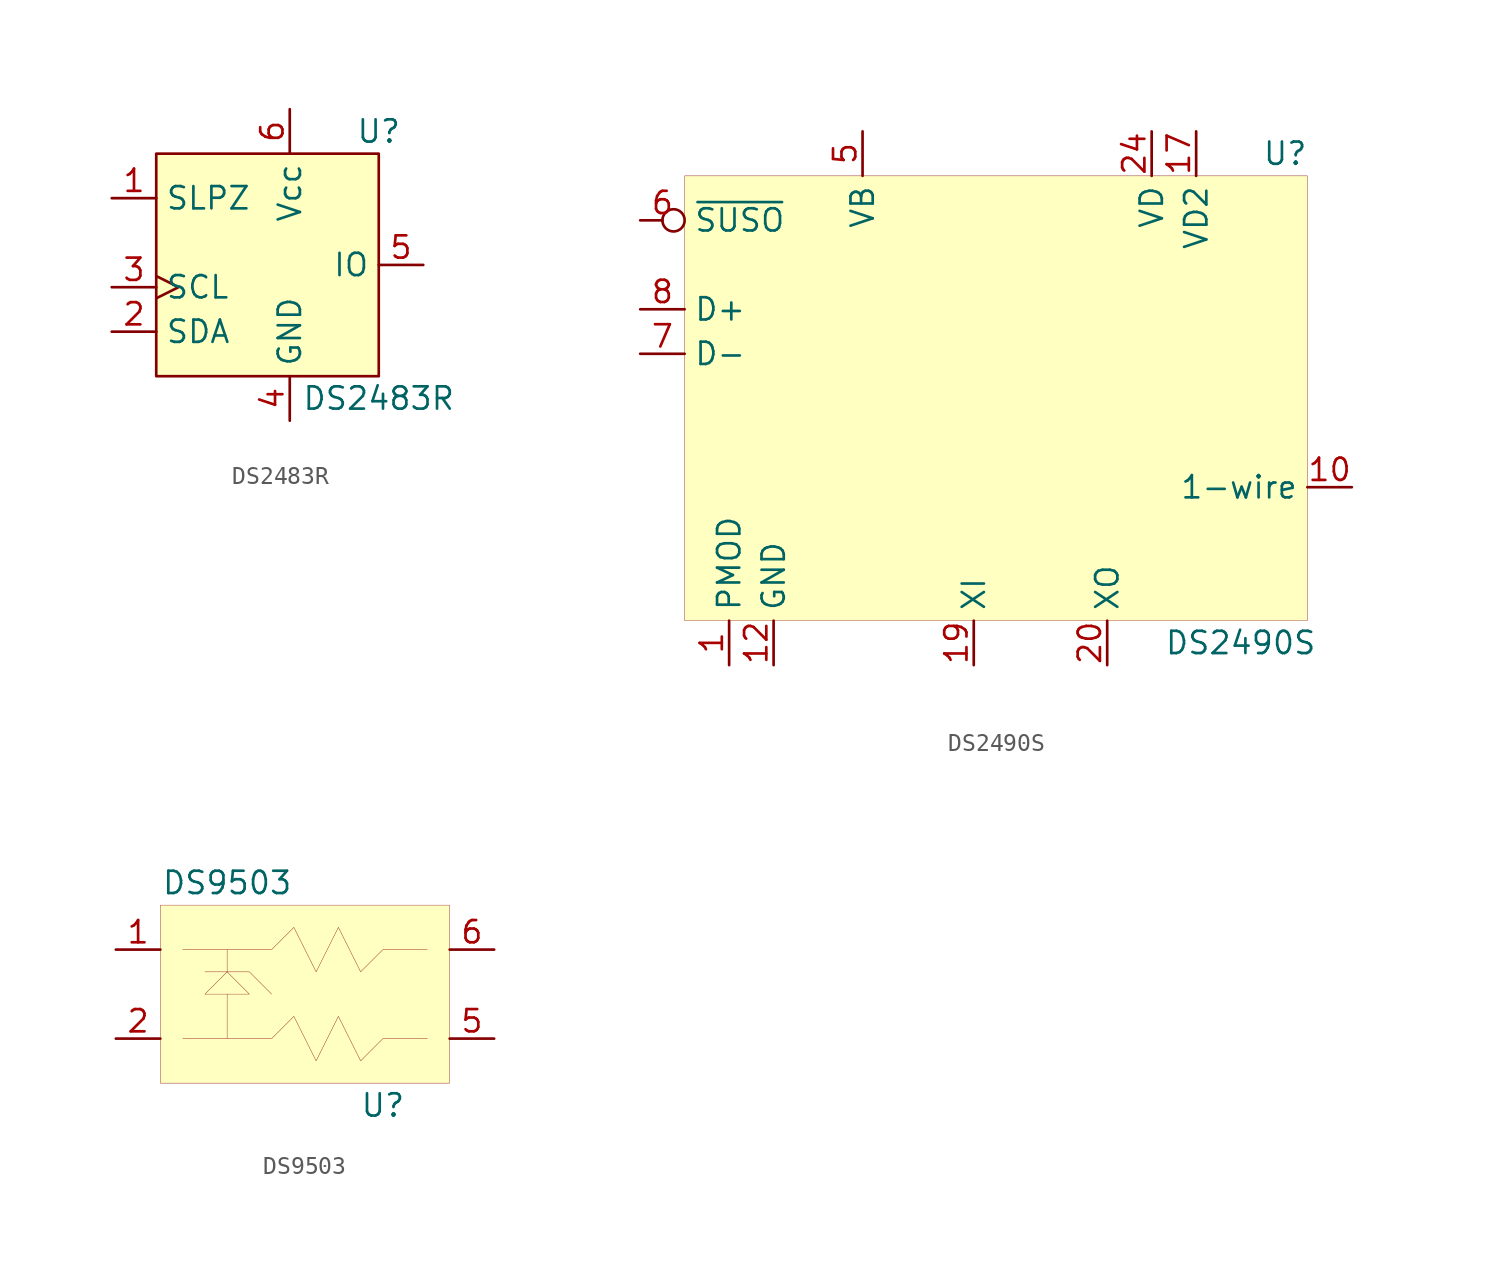
<source format=kicad_sym>
(kicad_symbol_lib
  (version 20211014)
  (generator kicad_symbol_editor)
  (symbol "DS2483R"
    (property "Reference" "U"
      (at 6.35 7.62 0)
      (effects (font (size 1.27 1.27))))
    (property "Value" "DS2483R"
      (at 6.35 -7.62 0)
      (effects (font (size 1.27 1.27))))
    (symbol "DS2483R_0_1"
      (rectangle (start -6.35 6.35) (end 6.35 -6.35) (stroke (width 0) (type default) (color 0 0 0 0)) (fill (type background))))
    (symbol "DS2483R_1_1"
      (pin input line (at -8.89 3.81 0) (length 2.54) (name "SLPZ" (effects (font (size 1.27 1.27)))) (number "1" (effects (font (size 1.27 1.27)))))
      (pin bidirectional line (at -8.89 -3.81 0) (length 2.54) (name "SDA" (effects (font (size 1.27 1.27)))) (number "2" (effects (font (size 1.27 1.27)))))
      (pin input clock (at -8.89 -1.27 0) (length 2.54) (name "SCL" (effects (font (size 1.27 1.27)))) (number "3" (effects (font (size 1.27 1.27)))))
      (pin passive line (at 1.27 -8.89 90) (length 2.54) (name "GND" (effects (font (size 1.27 1.27)))) (number "4" (effects (font (size 1.27 1.27)))))
      (pin bidirectional line (at 8.89 0 180) (length 2.54) (name "IO" (effects (font (size 1.27 1.27)))) (number "5" (effects (font (size 1.27 1.27)))))
      (pin power_in line (at 1.27 8.89 270) (length 2.54) (name "Vcc" (effects (font (size 1.27 1.27)))) (number "6" (effects (font (size 1.27 1.27)))))))
  (symbol "DS2490S"
    (property "Reference" "U"
      (at 15.24 13.97 0)
      (effects (font (size 1.27 1.27))))
    (property "Value" "DS2490S"
      (at 12.7 -13.97 0)
      (effects (font (size 1.27 1.27))))
    (symbol "DS2490S_0_1"
      (rectangle (start -19.05 12.7) (end 16.51 -12.7) (stroke (width 0.001) (type default) (color 0 0 0 0)) (fill (type background))))
    (symbol "DS2490S_1_1"
      (pin passive line (at -16.51 -15.24 90) (length 2.54) (name "PMOD" (effects (font (size 1.27 1.27)))) (number "1" (effects (font (size 1.27 1.27)))))
      (pin passive line (at 19.05 -5.08 180) (length 2.54) (name "1-wire" (effects (font (size 1.27 1.27)))) (number "10" (effects (font (size 1.27 1.27)))))
      (pin no_connect line (at 19.05 -2.54 180) (length 2.54) hide (name "NC" (effects (font (size 1.27 1.27)))) (number "11" (effects (font (size 1.27 1.27)))))
      (pin power_in line (at -13.97 -15.24 90) (length 2.54) (name "GND" (effects (font (size 1.27 1.27)))) (number "12" (effects (font (size 1.27 1.27)))))
      (pin no_connect line (at 19.05 0 180) (length 2.54) hide (name "NC" (effects (font (size 1.27 1.27)))) (number "13" (effects (font (size 1.27 1.27)))))
      (pin no_connect line (at 19.05 2.54 180) (length 2.54) hide (name "NC" (effects (font (size 1.27 1.27)))) (number "14" (effects (font (size 1.27 1.27)))))
      (pin no_connect line (at 19.05 5.08 180) (length 2.54) hide (name "NC" (effects (font (size 1.27 1.27)))) (number "15" (effects (font (size 1.27 1.27)))))
      (pin no_connect line (at 19.05 7.62 180) (length 2.54) hide (name "NC" (effects (font (size 1.27 1.27)))) (number "16" (effects (font (size 1.27 1.27)))))
      (pin power_in line (at 10.16 15.24 270) (length 2.54) (name "VD2" (effects (font (size 1.27 1.27)))) (number "17" (effects (font (size 1.27 1.27)))))
      (pin no_connect line (at 19.05 10.16 180) (length 2.54) hide (name "NC" (effects (font (size 1.27 1.27)))) (number "18" (effects (font (size 1.27 1.27)))))
      (pin input line (at -2.54 -15.24 90) (length 2.54) (name "XI" (effects (font (size 1.27 1.27)))) (number "19" (effects (font (size 1.27 1.27)))))
      (pin no_connect line (at -21.59 0 0) (length 2.54) hide (name "NC" (effects (font (size 1.27 1.27)))) (number "2" (effects (font (size 1.27 1.27)))))
      (pin output line (at 5.08 -15.24 90) (length 2.54) (name "XO" (effects (font (size 1.27 1.27)))) (number "20" (effects (font (size 1.27 1.27)))))
      (pin no_connect line (at 2.54 15.24 270) (length 2.54) hide (name "NC" (effects (font (size 1.27 1.27)))) (number "21" (effects (font (size 1.27 1.27)))))
      (pin no_connect line (at 0 15.24 270) (length 2.54) hide (name "NC" (effects (font (size 1.27 1.27)))) (number "22" (effects (font (size 1.27 1.27)))))
      (pin no_connect line (at -2.54 15.24 270) (length 2.54) hide (name "NC" (effects (font (size 1.27 1.27)))) (number "23" (effects (font (size 1.27 1.27)))))
      (pin power_in line (at 7.62 15.24 270) (length 2.54) (name "VD" (effects (font (size 1.27 1.27)))) (number "24" (effects (font (size 1.27 1.27)))))
      (pin no_connect line (at -21.59 -2.54 0) (length 2.54) hide (name "NC" (effects (font (size 1.27 1.27)))) (number "3" (effects (font (size 1.27 1.27)))))
      (pin no_connect line (at -21.59 -5.08 0) (length 2.54) hide (name "NC" (effects (font (size 1.27 1.27)))) (number "4" (effects (font (size 1.27 1.27)))))
      (pin power_in line (at -8.89 15.24 270) (length 2.54) (name "VB" (effects (font (size 1.27 1.27)))) (number "5" (effects (font (size 1.27 1.27)))))
      (pin output inverted (at -21.59 10.16 0) (length 2.54) (name "~{SUSO}" (effects (font (size 1.27 1.27)))) (number "6" (effects (font (size 1.27 1.27)))))
      (pin bidirectional line (at -21.59 2.54 0) (length 2.54) (name "D-" (effects (font (size 1.27 1.27)))) (number "7" (effects (font (size 1.27 1.27)))))
      (pin bidirectional line (at -21.59 5.08 0) (length 2.54) (name "D+" (effects (font (size 1.27 1.27)))) (number "8" (effects (font (size 1.27 1.27)))))
      (pin no_connect line (at 19.05 -7.62 180) (length 2.54) hide (name "NC" (effects (font (size 1.27 1.27)))) (number "9" (effects (font (size 1.27 1.27)))))))
  (symbol "DS9503"
    (property "Reference" "U"
      (at 3.81 -6.35 0)
      (effects (font (size 1.27 1.27))))
    (property "Value" "DS9503"
      (at -5.08 6.35 0)
      (effects (font (size 1.27 1.27))))
    (symbol "DS9503_0_1"
      (rectangle (start -8.89 5.08) (end 7.62 -5.08) (stroke (width 0.001) (type default) (color 0 0 0 0)) (fill (type background)))
      (polyline (pts (xy -5.08 0) (xy -5.08 -2.54)) (stroke (width 0.001) (type default) (color 0 0 0 0)) (fill (type none)))
      (polyline (pts (xy -6.35 1.27) (xy -3.81 1.27) (xy -2.54 0)) (stroke (width 0.001) (type default) (color 0 0 0 0)) (fill (type none)))
      (polyline (pts (xy -5.08 1.27) (xy -6.35 0) (xy -3.81 0) (xy -5.08 1.27) (xy -5.08 2.54)) (stroke (width 0.001) (type default) (color 0 0 0 0)) (fill (type none)))
      (polyline (pts (xy -7.62 -2.54) (xy -2.54 -2.54) (xy -1.27 -1.27) (xy 0 -3.81) (xy 1.27 -1.27) (xy 2.54 -3.81) (xy 3.81 -2.54) (xy 6.35 -2.54)) (stroke (width 0.001) (type default) (color 0 0 0 0)) (fill (type none)))
      (polyline (pts (xy -7.62 2.54) (xy -2.54 2.54) (xy -1.27 3.81) (xy 0 1.27) (xy 1.27 3.81) (xy 2.54 1.27) (xy 3.81 2.54) (xy 6.35 2.54)) (stroke (width 0.001) (type default) (color 0 0 0 0)) (fill (type none))))
    (symbol "DS9503_1_1"
      (pin bidirectional line (at -11.43 2.54 0) (length 2.54) (name "~" (effects (font (size 1.27 1.27)))) (number "1" (effects (font (size 1.27 1.27)))))
      (pin bidirectional line (at -11.43 -2.54 0) (length 2.54) (name "~" (effects (font (size 1.27 1.27)))) (number "2" (effects (font (size 1.27 1.27)))))
      (pin no_connect line (at -11.43 0 0) (length 2.54) hide (name "~" (effects (font (size 1.27 1.27)))) (number "3" (effects (font (size 1.27 1.27)))))
      (pin no_connect line (at 10.16 0 180) (length 2.54) hide (name "~" (effects (font (size 1.27 1.27)))) (number "4" (effects (font (size 1.27 1.27)))))
      (pin bidirectional line (at 10.16 -2.54 180) (length 2.54) (name "~" (effects (font (size 1.27 1.27)))) (number "5" (effects (font (size 1.27 1.27)))))
      (pin bidirectional line (at 10.16 2.54 180) (length 2.54) (name "~" (effects (font (size 1.27 1.27)))) (number "6" (effects (font (size 1.27 1.27))))))))
</source>
